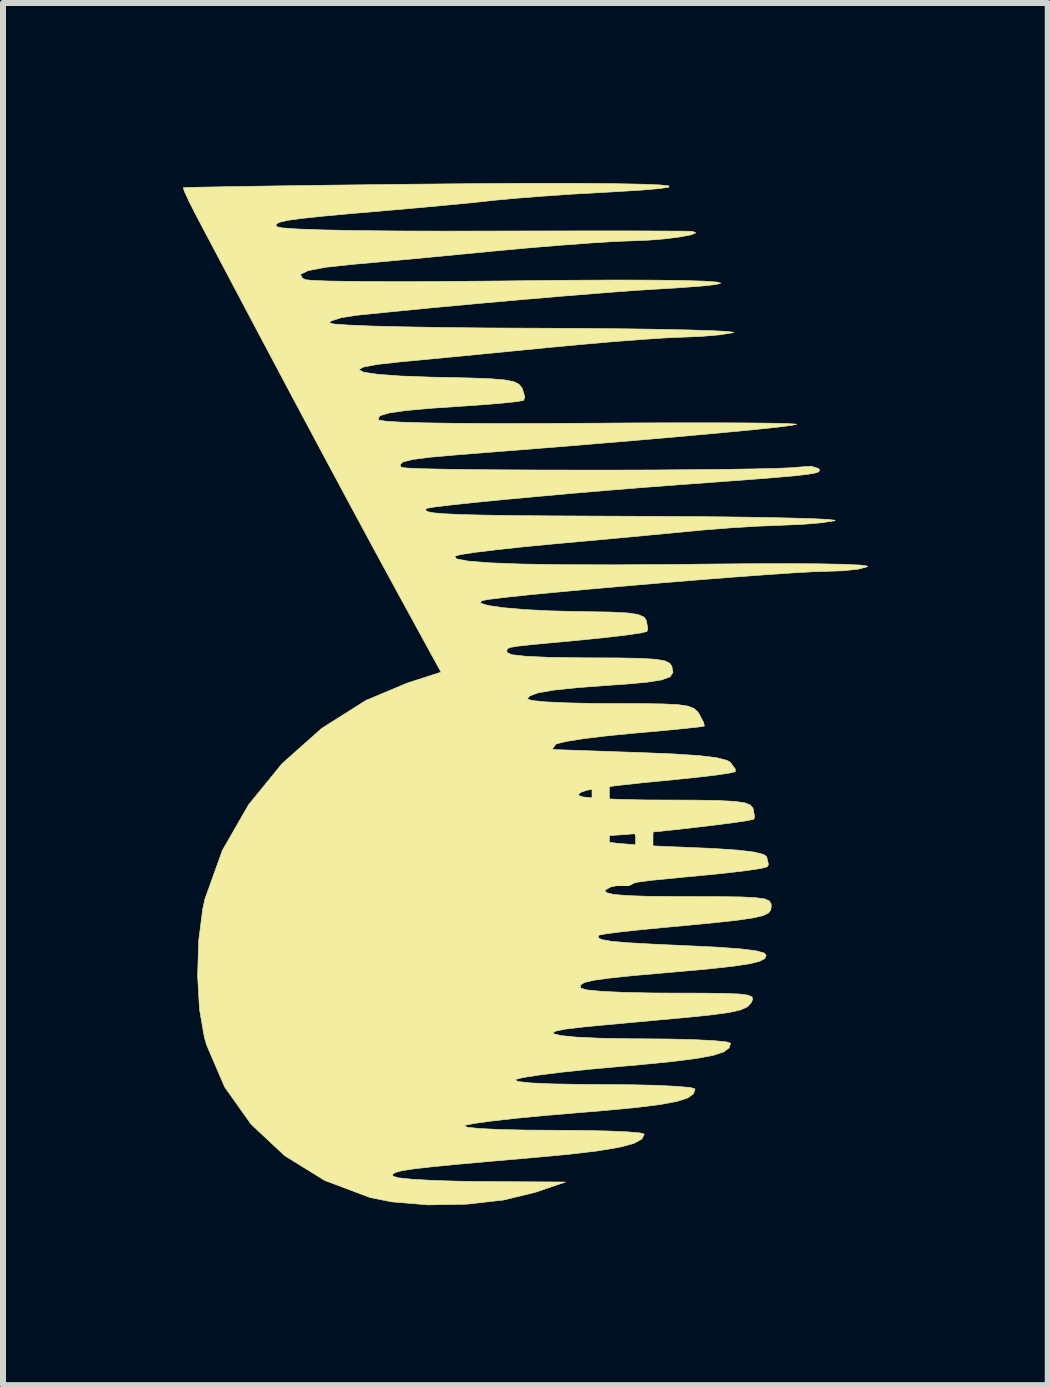
<source format=kicad_pcb>
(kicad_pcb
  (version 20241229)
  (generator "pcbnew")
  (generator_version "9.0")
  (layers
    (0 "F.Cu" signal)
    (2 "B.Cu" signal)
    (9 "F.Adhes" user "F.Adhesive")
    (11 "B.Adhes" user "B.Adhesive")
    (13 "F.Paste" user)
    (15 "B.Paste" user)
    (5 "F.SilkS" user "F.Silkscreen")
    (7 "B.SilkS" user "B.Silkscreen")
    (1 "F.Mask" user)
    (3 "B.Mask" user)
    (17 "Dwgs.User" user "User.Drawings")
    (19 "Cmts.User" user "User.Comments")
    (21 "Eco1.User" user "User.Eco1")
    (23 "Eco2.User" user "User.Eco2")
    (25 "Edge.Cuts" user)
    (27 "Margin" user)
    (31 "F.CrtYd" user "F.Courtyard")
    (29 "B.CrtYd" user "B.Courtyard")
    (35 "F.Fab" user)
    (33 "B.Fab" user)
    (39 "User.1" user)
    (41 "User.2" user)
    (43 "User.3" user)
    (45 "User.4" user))
  (footprint "adilb"
    (layer "F.Cu")
    (at 5.148 10.877)
    (property "Reference" "adilb" (at 0 0 0) (layer "F.SilkS") (effects (font (size 1.524 1.524) (thickness 0.3))))
    (attr through_hole)
    (fp_poly (pts (xy 1.473 -10.871) (xy 2.057 -10.866) (xy 2.501 -10.857) (xy 2.8 -10.845) (xy 2.952 -10.828) (xy 2.951 -10.808) (xy 2.795 -10.784) (xy 2.478 -10.757) (xy 1.997 -10.728) (xy 1.799 -10.717) (xy 1.302 -10.689) (xy 0.8 -10.654) (xy 0.351 -10.618) (xy 0.011 -10.586) (xy 0 -10.584) (xy -0.336 -10.548) (xy -0.783 -10.505) (xy -1.283 -10.459) (xy -1.777 -10.416) (xy -1.778 -10.416) (xy -2.392 -10.363) (xy -2.856 -10.32) (xy -3.19 -10.284) (xy -3.411 -10.253) (xy -3.54 -10.222) (xy -3.595 -10.19) (xy -3.595 -10.154) (xy -3.592 -10.15) (xy -3.494 -10.128) (xy -3.234 -10.11) (xy -2.819 -10.095) (xy -2.256 -10.084) (xy -1.554 -10.077) (xy -0.718 -10.075) (xy -0.141 -10.076) (xy 0.604 -10.077) (xy 1.296 -10.078) (xy 1.917 -10.078) (xy 2.45 -10.078) (xy 2.875 -10.076) (xy 3.174 -10.075) (xy 3.328 -10.072) (xy 3.344 -10.071) (xy 3.399 -10.046) (xy 3.318 -10.013) (xy 3.135 -9.978) (xy 2.884 -9.946) (xy 2.597 -9.923) (xy 2.361 -9.914) (xy 2.069 -9.903) (xy 1.649 -9.877) (xy 1.14 -9.839) (xy 0.582 -9.793) (xy 0.032 -9.742) (xy -0.538 -9.687) (xy -1.101 -9.633) (xy -1.616 -9.585) (xy -2.042 -9.545) (xy -2.328 -9.52) (xy -2.773 -9.472) (xy -3.062 -9.416) (xy -3.191 -9.355) (xy -3.157 -9.289) (xy -3.104 -9.265) (xy -2.987 -9.253) (xy -2.72 -9.243) (xy -2.322 -9.237) (xy -1.812 -9.234) (xy -1.208 -9.234) (xy -0.531 -9.238) (xy 0.201 -9.244) (xy 0.431 -9.247) (xy 1.31 -9.256) (xy 2.065 -9.26) (xy 2.692 -9.258) (xy 3.185 -9.252) (xy 3.54 -9.241) (xy 3.753 -9.226) (xy 3.817 -9.207) (xy 3.73 -9.184) (xy 3.485 -9.158) (xy 3.079 -9.128) (xy 2.773 -9.11) (xy 2.358 -9.084) (xy 1.81 -9.042) (xy 1.164 -8.99) (xy 0.453 -8.929) (xy -0.286 -8.863) (xy -1.019 -8.795) (xy -1.711 -8.727) (xy -2.265 -8.671) (xy -2.513 -8.631) (xy -2.674 -8.579) (xy -2.709 -8.545) (xy -2.627 -8.526) (xy -2.387 -8.509) (xy -2.003 -8.493) (xy -1.488 -8.48) (xy -0.852 -8.469) (xy -0.11 -8.461) (xy 0.726 -8.457) (xy 0.783 -8.457) (xy 1.522 -8.453) (xy 2.196 -8.447) (xy 2.788 -8.438) (xy 3.284 -8.428) (xy 3.666 -8.416) (xy 3.92 -8.403) (xy 4.028 -8.389) (xy 4.022 -8.382) (xy 3.805 -8.347) (xy 3.491 -8.32) (xy 3.177 -8.307) (xy 2.905 -8.296) (xy 2.502 -8.269) (xy 2.007 -8.231) (xy 1.459 -8.183) (xy 0.895 -8.13) (xy 0.891 -8.129) (xy 0.315 -8.073) (xy -0.257 -8.017) (xy -0.783 -7.966) (xy -1.223 -7.924) (xy -1.524 -7.896) (xy -1.918 -7.852) (xy -2.148 -7.807) (xy -2.218 -7.764) (xy -2.134 -7.723) (xy -1.901 -7.688) (xy -1.524 -7.66) (xy -1.008 -7.641) (xy -0.891 -7.639) (xy -0.389 -7.628) (xy -0.03 -7.615) (xy 0.212 -7.595) (xy 0.363 -7.566) (xy 0.451 -7.523) (xy 0.501 -7.463) (xy 0.506 -7.454) (xy 0.55 -7.311) (xy 0.529 -7.254) (xy 0.424 -7.234) (xy 0.186 -7.209) (xy -0.146 -7.181) (xy -0.466 -7.159) (xy -1.033 -7.121) (xy -1.445 -7.083) (xy -1.717 -7.043) (xy -1.863 -6.999) (xy -1.896 -6.949) (xy -1.88 -6.926) (xy -1.776 -6.907) (xy -1.514 -6.891) (xy -1.107 -6.879) (xy -0.564 -6.871) (xy 0.101 -6.868) (xy 0.877 -6.869) (xy 1.64 -6.873) (xy 2.385 -6.878) (xy 3.074 -6.88) (xy 3.69 -6.88) (xy 4.215 -6.878) (xy 4.631 -6.874) (xy 4.921 -6.867) (xy 5.066 -6.859) (xy 5.08 -6.855) (xy 4.998 -6.837) (xy 4.76 -6.807) (xy 4.379 -6.767) (xy 3.869 -6.718) (xy 3.243 -6.661) (xy 2.514 -6.597) (xy 1.694 -6.528) (xy 0.798 -6.455) (xy -0.161 -6.379) (xy -0.579 -6.346) (xy -1.024 -6.307) (xy -1.319 -6.269) (xy -1.482 -6.228) (xy -1.532 -6.18) (xy -1.509 -6.138) (xy -1.415 -6.126) (xy -1.174 -6.115) (xy -0.809 -6.107) (xy -0.342 -6.1) (xy 0.205 -6.096) (xy 0.809 -6.093) (xy 1.448 -6.092) (xy 2.099 -6.092) (xy 2.74 -6.094) (xy 3.349 -6.099) (xy 3.903 -6.104) (xy 4.379 -6.112) (xy 4.756 -6.121) (xy 5.01 -6.132) (xy 5.108 -6.141) (xy 5.323 -6.157) (xy 5.447 -6.117) (xy 5.452 -6.111) (xy 5.462 -6.085) (xy 5.445 -6.062) (xy 5.384 -6.042) (xy 5.261 -6.021) (xy 5.059 -5.998) (xy 4.759 -5.971) (xy 4.344 -5.938) (xy 3.796 -5.897) (xy 3.099 -5.846) (xy 3.048 -5.842) (xy 2.479 -5.799) (xy 1.882 -5.75) (xy 1.279 -5.699) (xy 0.696 -5.646) (xy 0.156 -5.596) (xy -0.317 -5.549) (xy -0.697 -5.508) (xy -0.962 -5.476) (xy -1.087 -5.454) (xy -1.094 -5.451) (xy -1.107 -5.423) (xy -1.07 -5.399) (xy -0.969 -5.379) (xy -0.791 -5.364) (xy -0.522 -5.351) (xy -0.149 -5.342) (xy 0.342 -5.334) (xy 0.965 -5.329) (xy 1.732 -5.325) (xy 2.463 -5.322) (xy 3.203 -5.318) (xy 3.878 -5.312) (xy 4.473 -5.304) (xy 4.97 -5.293) (xy 5.355 -5.282) (xy 5.61 -5.269) (xy 5.721 -5.255) (xy 5.715 -5.248) (xy 5.503 -5.215) (xy 5.189 -5.188) (xy 4.839 -5.173) (xy 4.826 -5.172) (xy 4.435 -5.157) (xy 3.963 -5.128) (xy 3.497 -5.091) (xy 3.387 -5.08) (xy 3.029 -5.046) (xy 2.55 -5.001) (xy 1.997 -4.949) (xy 1.418 -4.896) (xy 1.016 -4.86) (xy 0.517 -4.812) (xy 0.076 -4.764) (xy -0.278 -4.721) (xy -0.519 -4.684) (xy -0.618 -4.658) (xy -0.59 -4.612) (xy -0.394 -4.575) (xy -0.03 -4.546) (xy 0.499 -4.526) (xy 1.194 -4.515) (xy 2.052 -4.513) (xy 3.074 -4.519) (xy 3.466 -4.524) (xy 4.239 -4.531) (xy 4.904 -4.533) (xy 5.449 -4.53) (xy 5.865 -4.522) (xy 6.138 -4.509) (xy 6.259 -4.492) (xy 6.26 -4.482) (xy 6.116 -4.442) (xy 5.861 -4.414) (xy 5.588 -4.405) (xy 5.363 -4.398) (xy 5.012 -4.378) (xy 4.558 -4.347) (xy 4.026 -4.308) (xy 3.442 -4.262) (xy 2.829 -4.212) (xy 2.213 -4.159) (xy 1.619 -4.107) (xy 1.07 -4.056) (xy 0.592 -4.01) (xy 0.209 -3.969) (xy -0.053 -3.937) (xy -0.169 -3.915) (xy -0.19 -3.875) (xy -0.064 -3.835) (xy 0.185 -3.799) (xy 0.537 -3.768) (xy 0.967 -3.746) (xy 1.453 -3.734) (xy 1.536 -3.733) (xy 1.968 -3.726) (xy 2.26 -3.711) (xy 2.44 -3.684) (xy 2.537 -3.641) (xy 2.575 -3.586) (xy 2.599 -3.445) (xy 2.584 -3.402) (xy 2.487 -3.378) (xy 2.255 -3.344) (xy 1.919 -3.304) (xy 1.512 -3.262) (xy 1.418 -3.253) (xy 0.953 -3.21) (xy 0.63 -3.179) (xy 0.424 -3.156) (xy 0.31 -3.137) (xy 0.26 -3.116) (xy 0.25 -3.09) (xy 0.254 -3.053) (xy 0.254 -3.048) (xy 0.336 -3.014) (xy 0.574 -2.988) (xy 0.955 -2.971) (xy 1.464 -2.964) (xy 1.6 -2.963) (xy 2.112 -2.961) (xy 2.479 -2.954) (xy 2.727 -2.939) (xy 2.88 -2.913) (xy 2.963 -2.874) (xy 2.999 -2.822) (xy 3.019 -2.721) (xy 2.972 -2.648) (xy 2.835 -2.596) (xy 2.586 -2.556) (xy 2.201 -2.522) (xy 1.979 -2.507) (xy 1.426 -2.466) (xy 1.026 -2.424) (xy 0.765 -2.378) (xy 0.626 -2.326) (xy 0.593 -2.275) (xy 0.673 -2.251) (xy 0.894 -2.229) (xy 1.228 -2.213) (xy 1.647 -2.203) (xy 1.969 -2.201) (xy 2.483 -2.2) (xy 2.853 -2.195) (xy 3.106 -2.182) (xy 3.269 -2.158) (xy 3.367 -2.12) (xy 3.428 -2.066) (xy 3.457 -2.024) (xy 3.531 -1.882) (xy 3.541 -1.825) (xy 3.451 -1.811) (xy 3.224 -1.786) (xy 2.89 -1.753) (xy 2.481 -1.716) (xy 2.329 -1.703) (xy 1.895 -1.66) (xy 1.52 -1.614) (xy 1.238 -1.569) (xy 1.081 -1.53) (xy 1.063 -1.52) (xy 1.012 -1.445) (xy 1.02 -1.435) (xy 1.113 -1.431) (xy 1.347 -1.423) (xy 1.692 -1.411) (xy 2.119 -1.396) (xy 2.455 -1.385) (xy 3.032 -1.361) (xy 3.456 -1.333) (xy 3.746 -1.298) (xy 3.918 -1.254) (xy 3.974 -1.221) (xy 4.057 -1.11) (xy 4.057 -1.065) (xy 3.961 -1.042) (xy 3.733 -1.008) (xy 3.408 -0.97) (xy 3.088 -0.937) (xy 2.508 -0.88) (xy 2.077 -0.833) (xy 1.775 -0.792) (xy 1.581 -0.755) (xy 1.476 -0.719) (xy 1.44 -0.68) (xy 1.439 -0.672) (xy 1.52 -0.644) (xy 1.749 -0.621) (xy 2.102 -0.604) (xy 2.559 -0.594) (xy 2.87 -0.593) (xy 3.4 -0.591) (xy 3.785 -0.584) (xy 4.049 -0.57) (xy 4.215 -0.546) (xy 4.307 -0.511) (xy 4.35 -0.461) (xy 4.353 -0.454) (xy 4.379 -0.315) (xy 4.366 -0.274) (xy 4.273 -0.252) (xy 4.049 -0.218) (xy 3.73 -0.177) (xy 3.355 -0.132) (xy 2.959 -0.088) (xy 2.58 -0.049) (xy 2.256 -0.02) (xy 2.023 -0.004) (xy 1.968 -0.002) (xy 1.82 0.027) (xy 1.778 0.072) (xy 1.858 0.099) (xy 2.079 0.127) (xy 2.413 0.155) (xy 2.831 0.179) (xy 3.144 0.191) (xy 3.703 0.215) (xy 4.109 0.243) (xy 4.381 0.276) (xy 4.534 0.317) (xy 4.58 0.352) (xy 4.61 0.481) (xy 4.59 0.52) (xy 4.489 0.547) (xy 4.249 0.583) (xy 3.902 0.624) (xy 3.478 0.667) (xy 3.224 0.69) (xy 2.645 0.747) (xy 2.231 0.802) (xy 1.978 0.857) (xy 1.884 0.91) (xy 1.908 0.951) (xy 2.024 0.98) (xy 2.251 1) (xy 2.606 1.012) (xy 3.108 1.016) (xy 3.253 1.016) (xy 3.77 1.017) (xy 4.143 1.022) (xy 4.393 1.034) (xy 4.546 1.055) (xy 4.625 1.089) (xy 4.654 1.137) (xy 4.657 1.176) (xy 4.648 1.241) (xy 4.608 1.292) (xy 4.515 1.335) (xy 4.348 1.373) (xy 4.087 1.411) (xy 3.71 1.452) (xy 3.195 1.502) (xy 2.879 1.531) (xy 2.474 1.57) (xy 2.135 1.607) (xy 1.895 1.638) (xy 1.787 1.659) (xy 1.785 1.66) (xy 1.769 1.701) (xy 1.83 1.733) (xy 1.986 1.761) (xy 2.256 1.785) (xy 2.658 1.808) (xy 3.202 1.833) (xy 3.751 1.859) (xy 4.146 1.888) (xy 4.403 1.92) (xy 4.54 1.958) (xy 4.572 1.995) (xy 4.549 2.049) (xy 4.466 2.094) (xy 4.303 2.135) (xy 4.04 2.175) (xy 3.657 2.218) (xy 3.133 2.266) (xy 2.879 2.288) (xy 2.342 2.335) (xy 1.954 2.376) (xy 1.694 2.412) (xy 1.542 2.449) (xy 1.478 2.49) (xy 1.481 2.539) (xy 1.483 2.542) (xy 1.583 2.572) (xy 1.829 2.596) (xy 2.198 2.613) (xy 2.666 2.623) (xy 2.971 2.625) (xy 3.494 2.626) (xy 3.87 2.63) (xy 4.121 2.64) (xy 4.269 2.659) (xy 4.337 2.689) (xy 4.345 2.733) (xy 4.324 2.782) (xy 4.264 2.851) (xy 4.147 2.905) (xy 3.947 2.95) (xy 3.636 2.991) (xy 3.184 3.037) (xy 3.157 3.039) (xy 2.687 3.082) (xy 2.222 3.125) (xy 1.818 3.162) (xy 1.545 3.188) (xy 1.212 3.227) (xy 1.041 3.265) (xy 1.022 3.301) (xy 1.147 3.333) (xy 1.409 3.359) (xy 1.798 3.377) (xy 2.307 3.386) (xy 2.498 3.387) (xy 2.977 3.391) (xy 3.392 3.402) (xy 3.715 3.419) (xy 3.919 3.44) (xy 3.979 3.461) (xy 3.953 3.54) (xy 3.863 3.606) (xy 3.69 3.663) (xy 3.414 3.714) (xy 3.018 3.765) (xy 2.482 3.818) (xy 2.117 3.85) (xy 1.603 3.897) (xy 1.146 3.946) (xy 0.773 3.993) (xy 0.512 4.034) (xy 0.389 4.067) (xy 0.385 4.07) (xy 0.436 4.099) (xy 0.643 4.122) (xy 0.994 4.138) (xy 1.477 4.147) (xy 1.846 4.149) (xy 2.335 4.153) (xy 2.761 4.163) (xy 3.096 4.18) (xy 3.313 4.2) (xy 3.387 4.223) (xy 3.36 4.304) (xy 3.268 4.371) (xy 3.092 4.429) (xy 2.815 4.481) (xy 2.418 4.531) (xy 1.883 4.582) (xy 1.391 4.623) (xy 0.859 4.668) (xy 0.382 4.714) (xy -0.012 4.759) (xy -0.297 4.798) (xy -0.447 4.829) (xy -0.461 4.837) (xy -0.409 4.861) (xy -0.208 4.882) (xy 0.119 4.898) (xy 0.552 4.908) (xy 0.999 4.911) (xy 1.489 4.914) (xy 1.914 4.923) (xy 2.249 4.937) (xy 2.466 4.955) (xy 2.54 4.975) (xy 2.499 5.058) (xy 2.366 5.131) (xy 2.124 5.195) (xy 1.76 5.256) (xy 1.256 5.315) (xy 0.625 5.373) (xy -0.066 5.433) (xy -0.606 5.482) (xy -1.013 5.522) (xy -1.303 5.555) (xy -1.494 5.585) (xy -1.604 5.613) (xy -1.651 5.642) (xy -1.65 5.673) (xy -1.648 5.678) (xy -1.551 5.705) (xy -1.314 5.729) (xy -0.965 5.748) (xy -0.534 5.761) (xy -0.186 5.766) (xy 1.228 5.774) (xy 0.72 5.947) (xy 0.196 6.074) (xy -0.421 6.144) (xy -1.064 6.155) (xy -1.667 6.105) (xy -2.032 6.032) (xy -2.786 5.748) (xy -3.452 5.336) (xy -4.013 4.811) (xy -4.453 4.191) (xy -4.754 3.49) (xy -4.793 3.357) (xy -4.873 2.892) (xy -4.904 2.335) (xy -4.887 1.758) (xy -4.82 1.23) (xy -4.782 1.055) (xy -4.491 0.245) (xy -4.055 -0.514) (xy -3.497 -1.199) (xy -2.838 -1.786) (xy -2.1 -2.253) (xy -1.405 -2.544) (xy -0.847 -2.724) (xy -1.133 -3.246) (xy -1.544 -3.998) (xy -1.959 -4.761) (xy -2.388 -5.557) (xy -2.843 -6.405) (xy -3.335 -7.327) (xy -3.875 -8.344) (xy -4.474 -9.476) (xy -4.922 -10.323) (xy -5.045 -10.565) (xy -5.125 -10.738) (xy -5.143 -10.799) (xy -5.057 -10.803) (xy -4.818 -10.808) (xy -4.443 -10.815) (xy -3.948 -10.823) (xy -3.349 -10.832) (xy -2.664 -10.841) (xy -1.909 -10.85) (xy -1.1 -10.859) (xy -1.079 -10.859) (xy -0.099 -10.868) (xy 0.753 -10.872) (xy 1.473 -10.871)) (stroke (width 0.01) (type solid)) (fill yes) (layer "F.SilkS")))
  (gr_rect
    (start -3 -3)
    (end 14.413 20.036)
    (stroke (width 0.1) (type default))
    (fill no)
    (layer "Edge.Cuts")))
</source>
